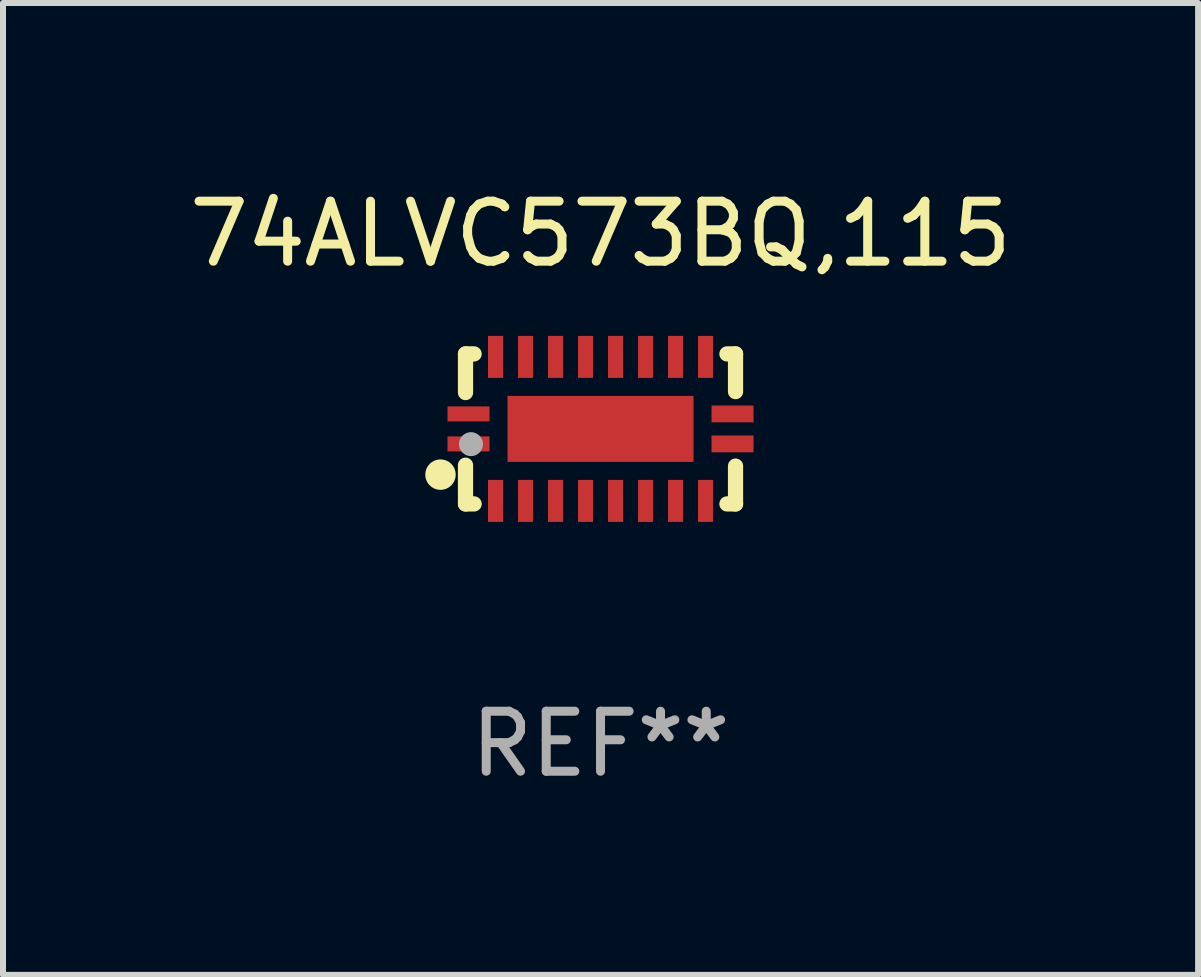
<source format=kicad_pcb>
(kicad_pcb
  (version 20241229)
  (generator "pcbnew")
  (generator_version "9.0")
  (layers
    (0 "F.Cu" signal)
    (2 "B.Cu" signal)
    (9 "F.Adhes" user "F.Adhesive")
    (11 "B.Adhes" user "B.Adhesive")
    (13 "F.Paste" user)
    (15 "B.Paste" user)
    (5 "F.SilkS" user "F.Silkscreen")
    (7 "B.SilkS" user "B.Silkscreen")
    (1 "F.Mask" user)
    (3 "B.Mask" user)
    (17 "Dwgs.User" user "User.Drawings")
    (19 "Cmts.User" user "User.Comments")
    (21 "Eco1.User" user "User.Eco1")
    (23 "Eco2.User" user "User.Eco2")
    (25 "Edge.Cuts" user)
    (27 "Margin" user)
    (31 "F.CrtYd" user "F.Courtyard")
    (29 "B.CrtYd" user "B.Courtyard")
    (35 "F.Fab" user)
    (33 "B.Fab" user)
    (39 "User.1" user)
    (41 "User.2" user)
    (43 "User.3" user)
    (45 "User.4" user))
  (footprint "74ALVC573BQ,115"
    (layer "F.Cu")
    (at 6.958 4.098)
    (property "Reference" "74ALVC573BQ,115" (at 0 -3.25 0) (layer "F.SilkS") (effects (font (size 1 1) (thickness 0.15))))
    (attr through_hole)
    (fp_line (start -2.25 0.605) (end -2.25 1.25) (stroke (width 0.254) (type solid)) (layer "F.SilkS"))
    (fp_line (start -2.25 1.25) (end -2.107 1.25) (stroke (width 0.254) (type solid)) (layer "F.SilkS"))
    (fp_line (start -2.25 -1.25) (end -2.25 -0.606) (stroke (width 0.254) (type solid)) (layer "F.SilkS"))
    (fp_line (start -2.25 -1.25) (end -2.107 -1.25) (stroke (width 0.254) (type solid)) (layer "F.SilkS"))
    (fp_line (start 2.107 -1.25) (end 2.25 -1.25) (stroke (width 0.254) (type solid)) (layer "F.SilkS"))
    (fp_line (start 2.107 1.25) (end 2.25 1.25) (stroke (width 0.254) (type solid)) (layer "F.SilkS"))
    (fp_line (start 2.25 -1.25) (end 2.25 -0.622) (stroke (width 0.254) (type solid)) (layer "F.SilkS"))
    (fp_line (start 2.25 0.62) (end 2.25 1.25) (stroke (width 0.254) (type solid)) (layer "F.SilkS"))
    (fp_circle (center -2.667 0.762) (end -2.54 0.762) (stroke (width 0.254) (type solid)) (fill no) (layer "F.SilkS"))
    (fp_circle (center -2.25 1.249) (end -2.22 1.249) (stroke (width 0.06) (type solid)) (fill no) (layer "F.SilkS"))
    (fp_circle (center -2.159 0.254) (end -2.059 0.254) (stroke (width 0.2) (type solid)) (fill no) (layer "F.Fab"))
    (fp_text user "REF**" (at 0 5.25 0) (layer "F.Fab") (effects (font (size 1 1) (thickness 0.15))))
    (pad "1" smd rect (at -2.2 0.25 180) (size 0.7 0.25) (layers "F.Cu" "F.Mask" "F.Paste"))
    (pad "2" smd rect (at -1.75 1.2 90) (size 0.7 0.25) (layers "F.Cu" "F.Mask" "F.Paste"))
    (pad "3" smd rect (at -1.25 1.2 90) (size 0.7 0.25) (layers "F.Cu" "F.Mask" "F.Paste"))
    (pad "4" smd rect (at -0.75 1.2 90) (size 0.7 0.25) (layers "F.Cu" "F.Mask" "F.Paste"))
    (pad "5" smd rect (at -0.25 1.2 90) (size 0.7 0.25) (layers "F.Cu" "F.Mask" "F.Paste"))
    (pad "6" smd rect (at 0.25 1.2 90) (size 0.7 0.25) (layers "F.Cu" "F.Mask" "F.Paste"))
    (pad "7" smd rect (at 0.75 1.2 90) (size 0.7 0.25) (layers "F.Cu" "F.Mask" "F.Paste"))
    (pad "8" smd rect (at 1.25 1.2 90) (size 0.7 0.25) (layers "F.Cu" "F.Mask" "F.Paste"))
    (pad "9" smd rect (at 1.75 1.2 90) (size 0.7 0.25) (layers "F.Cu" "F.Mask" "F.Paste"))
    (pad "10" smd rect (at 2.2 0.25 180) (size 0.7 0.28) (layers "F.Cu" "F.Mask" "F.Paste"))
    (pad "11" smd rect (at 2.2 -0.25 180) (size 0.7 0.28) (layers "F.Cu" "F.Mask" "F.Paste"))
    (pad "12" smd rect (at 1.75 -1.2 90) (size 0.7 0.25) (layers "F.Cu" "F.Mask" "F.Paste"))
    (pad "13" smd rect (at 1.25 -1.2 90) (size 0.7 0.25) (layers "F.Cu" "F.Mask" "F.Paste"))
    (pad "14" smd rect (at 0.75 -1.2 90) (size 0.7 0.25) (layers "F.Cu" "F.Mask" "F.Paste"))
    (pad "15" smd rect (at 0.25 -1.2 90) (size 0.7 0.25) (layers "F.Cu" "F.Mask" "F.Paste"))
    (pad "16" smd rect (at -0.25 -1.2 90) (size 0.7 0.25) (layers "F.Cu" "F.Mask" "F.Paste"))
    (pad "17" smd rect (at -0.75 -1.2 90) (size 0.7 0.25) (layers "F.Cu" "F.Mask" "F.Paste"))
    (pad "18" smd rect (at -1.25 -1.2 90) (size 0.7 0.25) (layers "F.Cu" "F.Mask" "F.Paste"))
    (pad "19" smd rect (at -1.75 -1.2 90) (size 0.7 0.25) (layers "F.Cu" "F.Mask" "F.Paste"))
    (pad "20" smd rect (at -2.2 -0.25 180) (size 0.7 0.25) (layers "F.Cu" "F.Mask" "F.Paste"))
    (pad "21" smd rect (at 0 -0.000013 180) (size 3.1 1.1) (layers "F.Cu" "F.Mask" "F.Paste")))
  (gr_rect
    (start -3 -3)
    (end 16.917 13.197)
    (stroke (width 0.1) (type default))
    (fill no)
    (layer "Edge.Cuts")))
</source>
